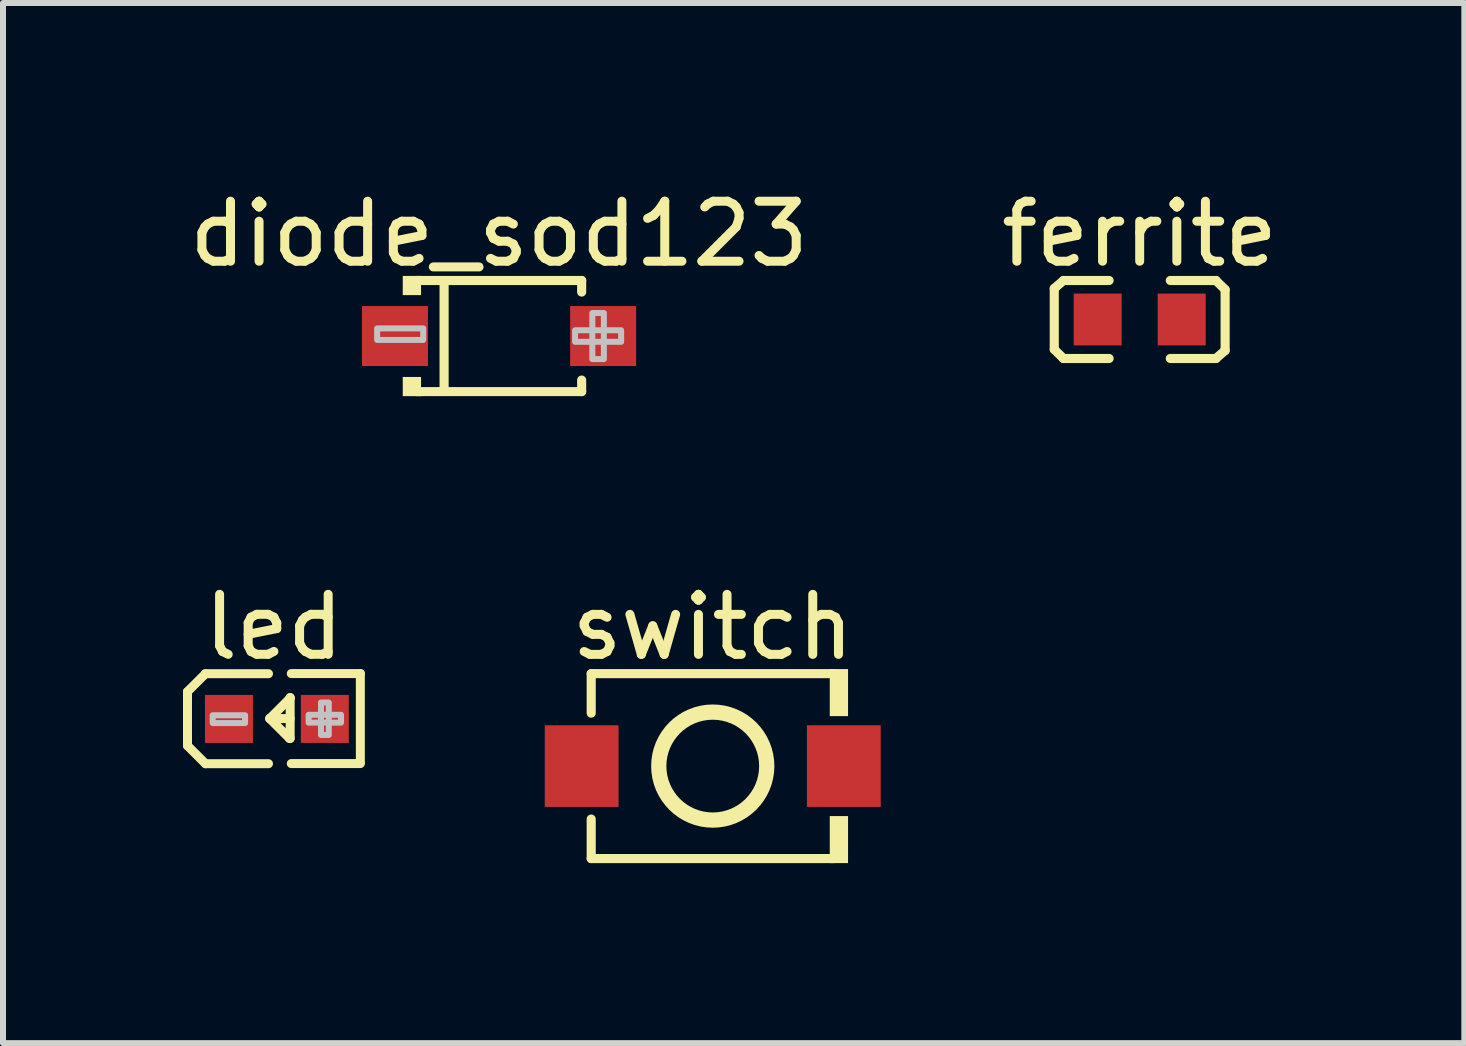
<source format=kicad_pcb>
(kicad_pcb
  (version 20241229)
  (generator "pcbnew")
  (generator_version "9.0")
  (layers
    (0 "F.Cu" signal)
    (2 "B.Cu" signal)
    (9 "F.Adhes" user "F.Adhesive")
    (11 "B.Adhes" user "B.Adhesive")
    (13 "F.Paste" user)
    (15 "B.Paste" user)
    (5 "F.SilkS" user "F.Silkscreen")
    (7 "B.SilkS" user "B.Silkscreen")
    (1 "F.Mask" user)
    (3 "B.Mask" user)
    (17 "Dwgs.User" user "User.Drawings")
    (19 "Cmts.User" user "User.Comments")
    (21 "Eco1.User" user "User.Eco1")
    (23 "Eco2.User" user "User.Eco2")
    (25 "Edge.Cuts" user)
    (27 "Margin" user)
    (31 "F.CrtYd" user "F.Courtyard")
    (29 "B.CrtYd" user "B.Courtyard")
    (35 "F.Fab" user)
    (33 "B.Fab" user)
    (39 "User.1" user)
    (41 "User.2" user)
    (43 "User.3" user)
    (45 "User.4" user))
  (footprint "diode_sod123"
    (layer "F.Cu")
    (at 5.268 2.551)
    (property "Reference" "diode_sod123" (at 0 -1.702 0) (layer "F.SilkS") (effects (font (size 1 1) (thickness 0.15))))
    (fp_line (start -1.376 -0.926) (end 1.377 -0.926) (stroke (width 0.152) (type default)) (layer "F.SilkS"))
    (fp_line (start -1.376 0.926) (end 1.377 0.926) (stroke (width 0.152) (type default)) (layer "F.SilkS"))
    (fp_line (start -0.916 -0.876) (end -0.916 0.876) (stroke (width 0.152) (type default)) (layer "F.SilkS"))
    (fp_line (start 1.377 -0.926) (end 1.377 -0.733) (stroke (width 0.152) (type default)) (layer "F.SilkS"))
    (fp_line (start 1.377 0.926) (end 1.377 0.734) (stroke (width 0.152) (type default)) (layer "F.SilkS"))
    (fp_poly (pts (xy -1.3 -1.002) (xy -1.3 -0.682) (xy -1.605 -0.682) (xy -1.605 -1.002)) (stroke (width 0) (type default)) (fill yes) (layer "F.SilkS"))
    (fp_poly (pts (xy -1.3 1.002) (xy -1.3 0.682) (xy -1.605 0.682) (xy -1.605 1.002)) (stroke (width 0) (type default)) (fill yes) (layer "F.SilkS"))
    (fp_poly (pts (xy -2.032 -0.127) (xy -2.032 0.065) (xy -1.264 0.065) (xy -1.264 -0.127)) (stroke (width 0.1) (type default)) (fill no) (layer "Dwgs.User"))
    (fp_poly (pts (xy 1.747 0.384) (xy 1.555 0.384) (xy 1.555 -0.384) (xy 1.747 -0.384)) (stroke (width 0.1) (type default)) (fill no) (layer "Dwgs.User"))
    (fp_poly (pts (xy 2.035 -0.096) (xy 2.035 0.096) (xy 1.267 0.096) (xy 1.267 -0.096)) (stroke (width 0.1) (type default)) (fill no) (layer "Dwgs.User"))
    (fp_poly (pts (xy -1.9 0.275) (xy -1.9 -0.275) (xy -1.31 -0.275) (xy -1.31 0.275)) (stroke (width 0.1) (type default)) (fill no) (layer "User.1"))
    (fp_poly (pts (xy 1.9 -0.275) (xy 1.9 0.275) (xy 1.31 0.275) (xy 1.31 -0.275)) (stroke (width 0.1) (type default)) (fill no) (layer "User.1"))
    (fp_line (start -1.35 -0.8) (end 1.35 -0.8) (stroke (width 0.051) (type default)) (layer "User.2"))
    (fp_line (start -1.35 0.8) (end -1.35 -0.8) (stroke (width 0.051) (type default)) (layer "User.2"))
    (fp_line (start 1.35 -0.8) (end 1.35 0.8) (stroke (width 0.051) (type default)) (layer "User.2"))
    (fp_line (start 1.35 0.8) (end -1.35 0.8) (stroke (width 0.051) (type default)) (layer "User.2"))
    (fp_poly (pts (xy -1.845 0.777) (xy -1.877 0.745) (xy -1.923 0.745) (xy -1.955 0.777) (xy -1.955 0.823) (xy -1.923 0.855) (xy -1.877 0.855) (xy -1.845 0.823)) (stroke (width 0.1) (type default)) (fill no) (layer "User.3"))
    (pad "1" smd rect (at -1.735 0) (size 1.1 1) (layers "F.Cu" "F.Mask" "F.Paste"))
    (pad "2" smd rect (at 1.735 0) (size 1.1 1) (layers "F.Cu" "F.Mask" "F.Paste")))
  (footprint "switch"
    (layer "F.Cu")
    (at 8.83 9.719)
    (property "Reference" "switch" (at 0 -2.317 0) (layer "F.SilkS") (effects (font (size 1 1) (thickness 0.15))))
    (fp_line (start -2.026 -1.541) (end -2.026 -0.883) (stroke (width 0.152) (type default)) (layer "F.SilkS"))
    (fp_line (start -2.026 1.541) (end -2.026 0.883) (stroke (width 0.152) (type default)) (layer "F.SilkS"))
    (fp_line (start 2.026 -1.541) (end -2.026 -1.541) (stroke (width 0.152) (type default)) (layer "F.SilkS"))
    (fp_line (start 2.026 1.541) (end -2.026 1.541) (stroke (width 0.152) (type default)) (layer "F.SilkS"))
    (fp_circle (center 0 0) (end 0.9 0) (stroke (width 0.254) (type default)) (fill no) (layer "F.SilkS"))
    (fp_poly (pts (xy 1.95 -1.617) (xy 1.95 -0.833) (xy 2.255 -0.833) (xy 2.255 -1.617)) (stroke (width 0) (type default)) (fill yes) (layer "F.SilkS"))
    (fp_poly (pts (xy 1.95 1.617) (xy 1.95 0.833) (xy 2.255 0.833) (xy 2.255 1.617)) (stroke (width 0) (type default)) (fill yes) (layer "F.SilkS"))
    (fp_poly (pts (xy -2.5 -0.65) (xy -2.5 0.65) (xy -1.6 0.65) (xy -1.6 -0.65)) (stroke (width 0.1) (type default)) (fill no) (layer "User.1"))
    (fp_poly (pts (xy 2.5 -0.65) (xy 2.5 0.65) (xy 1.6 0.65) (xy 1.6 -0.65)) (stroke (width 0.1) (type default)) (fill no) (layer "User.1"))
    (fp_line (start -1.95 -1.465) (end 1.95 -1.465) (stroke (width 0.051) (type default)) (layer "User.2"))
    (fp_line (start -1.95 1.465) (end -1.95 -1.465) (stroke (width 0.051) (type default)) (layer "User.2"))
    (fp_line (start 1.95 -1.465) (end 1.95 1.465) (stroke (width 0.051) (type default)) (layer "User.2"))
    (fp_line (start 1.95 1.465) (end -1.95 1.465) (stroke (width 0.051) (type default)) (layer "User.2"))
    (fp_poly (pts (xy 2.555 -1.488) (xy 2.523 -1.52) (xy 2.477 -1.52) (xy 2.445 -1.488) (xy 2.445 -1.442) (xy 2.477 -1.41) (xy 2.523 -1.41) (xy 2.555 -1.442)) (stroke (width 0.1) (type default)) (fill no) (layer "User.3"))
    (pad "1" smd rect (at -2.185 0) (size 1.23 1.36) (layers "F.Cu" "F.Mask" "F.Paste"))
    (pad "2" smd rect (at 2.185 0) (size 1.23 1.36) (layers "F.Cu" "F.Mask" "F.Paste")))
  (footprint "ferrite"
    (layer "F.Cu")
    (at 15.946 2.275)
    (property "Reference" "ferrite" (at 0 -1.426 0) (layer "F.SilkS") (effects (font (size 1 1) (thickness 0.15))))
    (fp_line (start -1.424 -0.517) (end -1.27 -0.65) (stroke (width 0.152) (type default)) (layer "F.SilkS"))
    (fp_line (start -1.424 0.499) (end -1.424 -0.517) (stroke (width 0.152) (type default)) (layer "F.SilkS"))
    (fp_line (start -1.272 -0.65) (end -0.51 -0.65) (stroke (width 0.152) (type default)) (layer "F.SilkS"))
    (fp_line (start -1.272 0.65) (end -0.51 0.65) (stroke (width 0.152) (type default)) (layer "F.SilkS"))
    (fp_line (start -1.27 0.651) (end -1.424 0.499) (stroke (width 0.152) (type default)) (layer "F.SilkS"))
    (fp_line (start 1.27 -0.65) (end 1.424 -0.499) (stroke (width 0.152) (type default)) (layer "F.SilkS"))
    (fp_line (start 1.272 -0.65) (end 0.51 -0.65) (stroke (width 0.152) (type default)) (layer "F.SilkS"))
    (fp_line (start 1.272 0.65) (end 0.51 0.65) (stroke (width 0.152) (type default)) (layer "F.SilkS"))
    (fp_line (start 1.424 -0.499) (end 1.424 0.517) (stroke (width 0.152) (type default)) (layer "F.SilkS"))
    (fp_line (start 1.424 0.517) (end 1.27 0.65) (stroke (width 0.152) (type default)) (layer "F.SilkS"))
    (fp_poly (pts (xy -0.252 -0.143) (xy -0.252 0.134) (xy -0.526 0.427) (xy -1.029 0.427) (xy -1.093 0.363) (xy -1.093 -0.372) (xy -1.029 -0.436) (xy -0.526 -0.436)) (stroke (width 0) (type default)) (fill yes) (layer "F.Paste"))
    (fp_poly (pts (xy 0.264 -0.154) (xy 0.264 0.122) (xy 0.538 0.416) (xy 1.042 0.416) (xy 1.105 0.352) (xy 1.105 -0.384) (xy 1.042 -0.448) (xy 0.538 -0.448)) (stroke (width 0) (type default)) (fill yes) (layer "F.Paste"))
    (fp_poly (pts (xy -0.5 0.4) (xy -0.8 0.4) (xy -0.8 -0.4) (xy -0.5 -0.4)) (stroke (width 0.1) (type default)) (fill no) (layer "User.1"))
    (fp_poly (pts (xy 0.8 0.4) (xy 0.5 0.4) (xy 0.5 -0.4) (xy 0.8 -0.4)) (stroke (width 0.1) (type default)) (fill no) (layer "User.1"))
    (fp_line (start -0.8 -0.4) (end 0.8 -0.4) (stroke (width 0.051) (type default)) (layer "User.2"))
    (fp_line (start -0.8 0.4) (end -0.8 -0.4) (stroke (width 0.051) (type default)) (layer "User.2"))
    (fp_line (start 0.8 -0.4) (end 0.8 0.4) (stroke (width 0.051) (type default)) (layer "User.2"))
    (fp_line (start 0.8 0.4) (end -0.8 0.4) (stroke (width 0.051) (type default)) (layer "User.2"))
    (fp_poly (pts (xy -0.745 0.377) (xy -0.777 0.345) (xy -0.823 0.345) (xy -0.855 0.377) (xy -0.855 0.423) (xy -0.823 0.455) (xy -0.777 0.455) (xy -0.745 0.423)) (stroke (width 0.1) (type default)) (fill no) (layer "User.3"))
    (pad "1" smd rect (at -0.7 0 180) (size 0.8 0.864) (layers "F.Cu" "F.Mask" "F.Paste"))
    (pad "2" smd rect (at 0.7 0 180) (size 0.8 0.864) (layers "F.Cu" "F.Mask" "F.Paste")))
  (footprint "led"
    (layer "F.Cu")
    (at 1.565 8.933)
    (property "Reference" "led" (at -0.05 -1.532 0) (layer "F.SilkS") (effects (font (size 1 1) (thickness 0.15))))
    (fp_line (start -1.49 -0.455) (end -1.19 -0.754) (stroke (width 0.15) (type default)) (layer "F.SilkS"))
    (fp_line (start -1.49 -0.354) (end -1.49 -0.455) (stroke (width 0.15) (type default)) (layer "F.SilkS"))
    (fp_line (start -1.49 -0.354) (end -1.49 0.346) (stroke (width 0.15) (type default)) (layer "F.SilkS"))
    (fp_line (start -1.49 0.346) (end -1.49 0.446) (stroke (width 0.15) (type default)) (layer "F.SilkS"))
    (fp_line (start -1.49 0.446) (end -1.19 0.746) (stroke (width 0.15) (type default)) (layer "F.SilkS"))
    (fp_line (start -0.14 -0.754) (end -1.19 -0.754) (stroke (width 0.15) (type default)) (layer "F.SilkS"))
    (fp_line (start -0.14 0.746) (end -1.19 0.746) (stroke (width 0.15) (type default)) (layer "F.SilkS"))
    (fp_line (start 0.21 0.324) (end -0.119 -0.006) (stroke (width 0.15) (type default)) (layer "F.SilkS"))
    (fp_line (start 0.221 -0.356) (end 0.221 -0.346) (stroke (width 0.15) (type default)) (layer "F.SilkS"))
    (fp_line (start 0.221 -0.356) (end 0.221 0.324) (stroke (width 0.15) (type default)) (layer "F.SilkS"))
    (fp_line (start 0.221 -0.346) (end -0.119 -0.006) (stroke (width 0.15) (type default)) (layer "F.SilkS"))
    (fp_line (start 0.221 -0.006) (end -0.119 -0.006) (stroke (width 0.15) (type default)) (layer "F.SilkS"))
    (fp_line (start 0.221 0.324) (end 0.21 0.324) (stroke (width 0.15) (type default)) (layer "F.SilkS"))
    (fp_line (start 0.24 -0.756) (end 1.391 -0.756) (stroke (width 0.15) (type default)) (layer "F.SilkS"))
    (fp_line (start 0.24 0.744) (end 1.391 0.744) (stroke (width 0.15) (type default)) (layer "F.SilkS"))
    (fp_line (start 1.391 -0.756) (end 1.391 0.724) (stroke (width 0.15) (type default)) (layer "F.SilkS"))
    (fp_poly (pts (xy -1.07 -0.061) (xy -0.53 -0.061) (xy -0.53 0.069) (xy -1.07 0.069)) (stroke (width 0.1) (type default)) (fill no) (layer "Dwgs.User"))
    (fp_poly (pts (xy 0.529 -0.069) (xy 1.069 -0.069) (xy 1.069 0.061) (xy 0.529 0.061)) (stroke (width 0.1) (type default)) (fill no) (layer "Dwgs.User"))
    (fp_poly (pts (xy 0.735 0.267) (xy 0.735 -0.273) (xy 0.865 -0.273) (xy 0.865 0.267)) (stroke (width 0.1) (type default)) (fill no) (layer "Dwgs.User"))
    (fp_poly (pts (xy -0.799 0.404) (xy -0.799 -0.397) (xy -0.499 -0.397) (xy -0.499 0.404)) (stroke (width 0.1) (type default)) (fill no) (layer "User.1"))
    (fp_poly (pts (xy 0.5 0.397) (xy 0.5 -0.404) (xy 0.8 -0.404) (xy 0.8 0.397)) (stroke (width 0.1) (type default)) (fill no) (layer "User.1"))
    (fp_line (start -0.799 -0.4) (end 0.8 -0.4) (stroke (width 0.051) (type default)) (layer "User.2"))
    (fp_line (start -0.799 0.4) (end -0.799 -0.4) (stroke (width 0.051) (type default)) (layer "User.2"))
    (fp_line (start 0.8 -0.4) (end 0.8 0.4) (stroke (width 0.051) (type default)) (layer "User.2"))
    (fp_line (start 0.8 0.4) (end -0.799 0.4) (stroke (width 0.051) (type default)) (layer "User.2"))
    (fp_poly (pts (xy -0.744 0.381) (xy -0.777 0.348) (xy -0.822 0.348) (xy -0.855 0.381) (xy -0.855 0.426) (xy -0.822 0.459) (xy -0.777 0.459) (xy -0.744 0.426)) (stroke (width 0.1) (type default)) (fill no) (layer "User.3"))
    (pad "1" smd rect (at -0.799 0 90) (size 0.8 0.8) (layers "F.Cu" "F.Mask" "F.Paste"))
    (pad "2" smd rect (at 0.799 0 90) (size 0.8 0.8) (layers "F.Cu" "F.Mask" "F.Paste")))
  (gr_rect
    (start -3 -3)
    (end 21.357 14.337)
    (stroke (width 0.1) (type default))
    (fill no)
    (layer "Edge.Cuts")))
</source>
